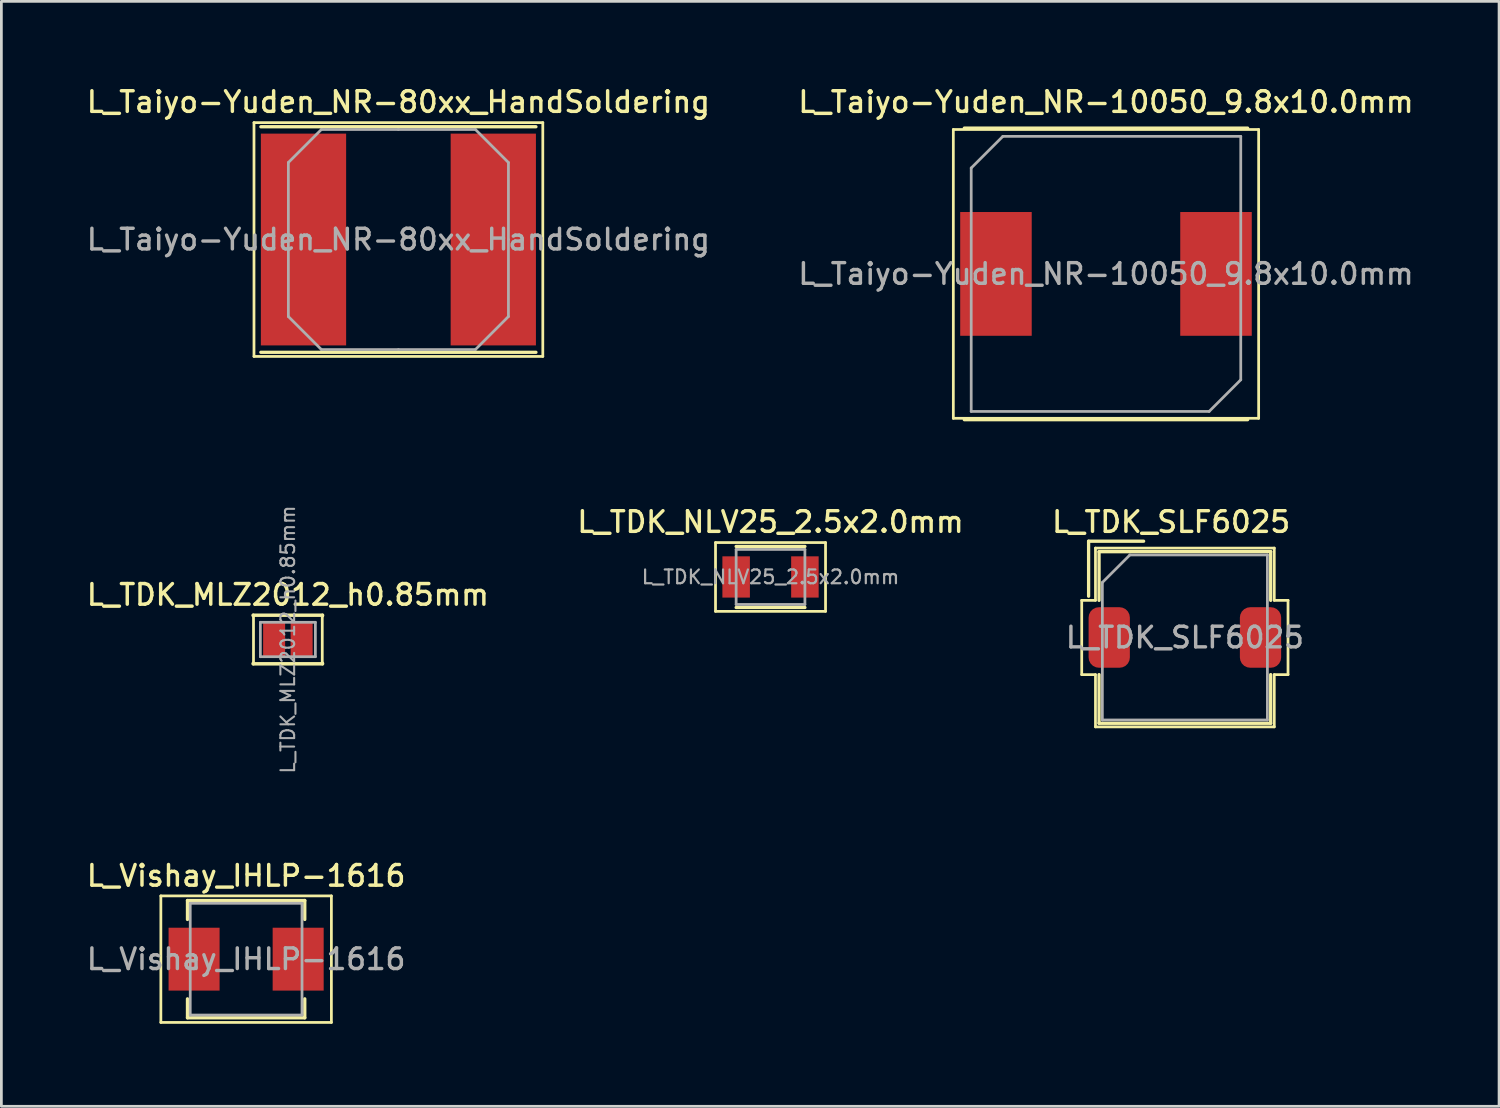
<source format=kicad_pcb>
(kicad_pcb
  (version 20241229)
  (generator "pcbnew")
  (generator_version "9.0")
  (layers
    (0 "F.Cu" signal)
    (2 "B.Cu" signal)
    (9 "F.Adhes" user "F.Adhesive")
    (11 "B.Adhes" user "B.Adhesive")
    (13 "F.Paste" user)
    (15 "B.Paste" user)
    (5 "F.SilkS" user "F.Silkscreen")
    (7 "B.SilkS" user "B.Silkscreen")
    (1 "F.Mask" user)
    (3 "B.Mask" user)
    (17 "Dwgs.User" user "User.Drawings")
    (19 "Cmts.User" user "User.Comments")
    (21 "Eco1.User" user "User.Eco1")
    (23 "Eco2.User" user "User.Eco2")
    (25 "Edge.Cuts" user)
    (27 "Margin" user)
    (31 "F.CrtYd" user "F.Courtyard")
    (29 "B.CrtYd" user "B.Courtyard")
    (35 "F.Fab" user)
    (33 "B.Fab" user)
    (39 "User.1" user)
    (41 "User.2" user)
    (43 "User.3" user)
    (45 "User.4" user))
  (footprint "L_Taiyo-Yuden_NR-10050_9.8x10.0mm"
    (layer "F.Cu")
    (at 37.159 6.908)
    (property "Reference" "L_Taiyo-Yuden_NR-10050_9.8x10.0mm" (at 0 -6.25 0) (layer "F.SilkS") (effects (font (size 0.75 0.75) (thickness 0.125))))
    (attr smd)
    (fp_line (start -5.55 -5.25) (end -5.55 5.25) (stroke (width 0.1) (type solid)) (layer "F.SilkS"))
    (fp_line (start -5.55 5.25) (end 5.55 5.25) (stroke (width 0.1) (type solid)) (layer "F.SilkS"))
    (fp_line (start -5.15 -5.3) (end 5.15 -5.3) (stroke (width 0.12) (type solid)) (layer "F.SilkS"))
    (fp_line (start -5.15 5.3) (end 5.15 5.3) (stroke (width 0.12) (type solid)) (layer "F.SilkS"))
    (fp_line (start 5.55 -5.25) (end -5.55 -5.25) (stroke (width 0.1) (type solid)) (layer "F.SilkS"))
    (fp_line (start 5.55 5.25) (end 5.55 -5.25) (stroke (width 0.1) (type solid)) (layer "F.SilkS"))
    (fp_line (start -4.9 -3.85) (end -4.9 5) (stroke (width 0.1) (type solid)) (layer "F.Fab"))
    (fp_line (start -4.9 -3.85) (end -3.75 -5) (stroke (width 0.1) (type solid)) (layer "F.Fab"))
    (fp_line (start -4.9 5) (end 3.75 5) (stroke (width 0.1) (type solid)) (layer "F.Fab"))
    (fp_line (start 3.75 5) (end 4.9 3.85) (stroke (width 0.1) (type solid)) (layer "F.Fab"))
    (fp_line (start 4.9 -5) (end -3.75 -5) (stroke (width 0.1) (type solid)) (layer "F.Fab"))
    (fp_line (start 4.9 3.85) (end 4.9 -5) (stroke (width 0.1) (type solid)) (layer "F.Fab"))
    (fp_text user "${REFERENCE}" (at 0 0 0) (layer "F.Fab") (effects (font (size 0.75 0.75) (thickness 0.125))))
    (pad "1" smd rect (at -4 0) (size 2.6 4.5) (layers "F.Cu" "F.Mask" "F.Paste"))
    (pad "2" smd rect (at 4 0) (size 2.6 4.5) (layers "F.Cu" "F.Mask" "F.Paste")))
  (footprint "L_Vishay_IHLP-1616"
    (layer "F.Cu")
    (at 5.898 31.821)
    (property "Reference" "L_Vishay_IHLP-1616" (at 0 -3.032 0) (layer "F.SilkS") (effects (font (size 0.75 0.75) (thickness 0.125))))
    (attr smd)
    (fp_line (start -3.1 -2.3) (end -3.1 2.3) (stroke (width 0.1) (type solid)) (layer "F.SilkS"))
    (fp_line (start -3.1 2.3) (end 3.1 2.3) (stroke (width 0.1) (type solid)) (layer "F.SilkS"))
    (fp_line (start -2.132 -2.132) (end 2.132 -2.132) (stroke (width 0.12) (type solid)) (layer "F.SilkS"))
    (fp_line (start -2.132 -1.443) (end -2.132 -2.132) (stroke (width 0.12) (type solid)) (layer "F.SilkS"))
    (fp_line (start -2.132 1.443) (end -2.132 2.132) (stroke (width 0.12) (type solid)) (layer "F.SilkS"))
    (fp_line (start -2.132 2.132) (end 2.132 2.132) (stroke (width 0.12) (type solid)) (layer "F.SilkS"))
    (fp_line (start 2.132 -2.132) (end 2.132 -1.443) (stroke (width 0.12) (type solid)) (layer "F.SilkS"))
    (fp_line (start 2.132 2.132) (end 2.132 1.443) (stroke (width 0.12) (type solid)) (layer "F.SilkS"))
    (fp_line (start 3.1 -2.3) (end -3.1 -2.3) (stroke (width 0.1) (type solid)) (layer "F.SilkS"))
    (fp_line (start 3.1 2.3) (end 3.1 -2.3) (stroke (width 0.1) (type solid)) (layer "F.SilkS"))
    (fp_line (start -2.032 -2.032) (end -2.032 2.032) (stroke (width 0.1) (type solid)) (layer "F.Fab"))
    (fp_line (start -2.032 2.032) (end 2.032 2.032) (stroke (width 0.1) (type solid)) (layer "F.Fab"))
    (fp_line (start 2.032 -2.032) (end -2.032 -2.032) (stroke (width 0.1) (type solid)) (layer "F.Fab"))
    (fp_line (start 2.032 2.032) (end 2.032 -2.032) (stroke (width 0.1) (type solid)) (layer "F.Fab"))
    (fp_text user "${REFERENCE}" (at 0 0 0) (layer "F.Fab") (effects (font (size 0.75 0.75) (thickness 0.125))))
    (pad "1" smd rect (at -1.892 0) (size 1.855 2.286) (layers "F.Cu" "F.Mask" "F.Paste"))
    (pad "2" smd rect (at 1.892 0) (size 1.855 2.286) (layers "F.Cu" "F.Mask" "F.Paste")))
  (footprint "L_TDK_SLF6025"
    (layer "F.Cu")
    (at 40.027 20.126)
    (property "Reference" "L_TDK_SLF6025" (at -0.5 -4.2 0) (layer "F.SilkS") (effects (font (size 0.75 0.75) (thickness 0.125))))
    (attr smd)
    (fp_line (start -3.75 -1.35) (end -3.75 1.35) (stroke (width 0.1) (type solid)) (layer "F.SilkS"))
    (fp_line (start -3.75 1.35) (end -3.25 1.35) (stroke (width 0.1) (type solid)) (layer "F.SilkS"))
    (fp_line (start -3.5 -3.5) (end -1.5 -3.5) (stroke (width 0.12) (type solid)) (layer "F.SilkS"))
    (fp_line (start -3.5 -1.5) (end -3.5 -3.5) (stroke (width 0.12) (type solid)) (layer "F.SilkS"))
    (fp_line (start -3.25 -3.25) (end -3.25 -1.35) (stroke (width 0.1) (type solid)) (layer "F.SilkS"))
    (fp_line (start -3.25 -3.25) (end 3.25 -3.25) (stroke (width 0.1) (type solid)) (layer "F.SilkS"))
    (fp_line (start -3.25 -1.35) (end -3.75 -1.35) (stroke (width 0.1) (type solid)) (layer "F.SilkS"))
    (fp_line (start -3.25 1.35) (end -3.25 3.25) (stroke (width 0.1) (type solid)) (layer "F.SilkS"))
    (fp_line (start -3.25 3.25) (end 3.25 3.25) (stroke (width 0.1) (type solid)) (layer "F.SilkS"))
    (fp_line (start -3.12 -3.12) (end -3.12 -1.35) (stroke (width 0.12) (type solid)) (layer "F.SilkS"))
    (fp_line (start -3.12 -3.12) (end 3.12 -3.12) (stroke (width 0.12) (type solid)) (layer "F.SilkS"))
    (fp_line (start -3.12 1.35) (end -3.12 3.12) (stroke (width 0.12) (type solid)) (layer "F.SilkS"))
    (fp_line (start -3.12 3.12) (end 3.12 3.12) (stroke (width 0.12) (type solid)) (layer "F.SilkS"))
    (fp_line (start 3.12 -3.12) (end 3.12 -1.35) (stroke (width 0.12) (type solid)) (layer "F.SilkS"))
    (fp_line (start 3.12 1.35) (end 3.12 3.12) (stroke (width 0.12) (type solid)) (layer "F.SilkS"))
    (fp_line (start 3.25 -3.25) (end 3.25 -1.35) (stroke (width 0.1) (type solid)) (layer "F.SilkS"))
    (fp_line (start 3.25 -1.35) (end 3.75 -1.35) (stroke (width 0.1) (type solid)) (layer "F.SilkS"))
    (fp_line (start 3.25 1.35) (end 3.25 3.25) (stroke (width 0.1) (type solid)) (layer "F.SilkS"))
    (fp_line (start 3.75 -1.35) (end 3.75 1.35) (stroke (width 0.1) (type solid)) (layer "F.SilkS"))
    (fp_line (start 3.75 1.35) (end 3.25 1.35) (stroke (width 0.1) (type solid)) (layer "F.SilkS"))
    (fp_line (start -3 -2) (end -2 -3) (stroke (width 0.1) (type solid)) (layer "F.Fab"))
    (fp_line (start -3 3) (end -3 -2) (stroke (width 0.1) (type solid)) (layer "F.Fab"))
    (fp_line (start -2 -3) (end 3 -3) (stroke (width 0.1) (type solid)) (layer "F.Fab"))
    (fp_line (start 3 -3) (end 3 3) (stroke (width 0.1) (type solid)) (layer "F.Fab"))
    (fp_line (start 3 3) (end -3 3) (stroke (width 0.1) (type solid)) (layer "F.Fab"))
    (fp_text user "${REFERENCE}" (at 0 0 0) (layer "F.Fab") (effects (font (size 0.75 0.75) (thickness 0.125))))
    (pad "1" smd roundrect (at -2.75 0) (size 1.5 2.2) (layers "F.Cu" "F.Mask" "F.Paste") (roundrect_rratio 0.25))
    (pad "2" smd roundrect (at 2.75 0) (size 1.5 2.2) (layers "F.Cu" "F.Mask" "F.Paste") (roundrect_rratio 0.25)))
  (footprint "L_TDK_NLV25_2.5x2.0mm"
    (layer "F.Cu")
    (at 24.963 17.926)
    (property "Reference" "L_TDK_NLV25_2.5x2.0mm" (at 0 -2 0) (layer "F.SilkS") (effects (font (size 0.75 0.75) (thickness 0.125))))
    (attr smd)
    (fp_line (start -2 -1.25) (end 2 -1.25) (stroke (width 0.1) (type solid)) (layer "F.SilkS"))
    (fp_line (start -2 1.25) (end -2 -1.25) (stroke (width 0.1) (type solid)) (layer "F.SilkS"))
    (fp_line (start -1.25 -1.11) (end 1.25 -1.11) (stroke (width 0.12) (type solid)) (layer "F.SilkS"))
    (fp_line (start 1.25 1.11) (end -1.25 1.11) (stroke (width 0.12) (type solid)) (layer "F.SilkS"))
    (fp_line (start 2 -1.25) (end 2 1.25) (stroke (width 0.1) (type solid)) (layer "F.SilkS"))
    (fp_line (start 2 1.25) (end -2 1.25) (stroke (width 0.1) (type solid)) (layer "F.SilkS"))
    (fp_line (start -1.25 -1) (end 1.25 -1) (stroke (width 0.1) (type solid)) (layer "F.Fab"))
    (fp_line (start -1.25 1) (end -1.25 -1) (stroke (width 0.1) (type solid)) (layer "F.Fab"))
    (fp_line (start 1.25 -1) (end 1.25 1) (stroke (width 0.1) (type solid)) (layer "F.Fab"))
    (fp_line (start 1.25 1) (end -1.25 1) (stroke (width 0.1) (type solid)) (layer "F.Fab"))
    (fp_text user "${REFERENCE}" (at 0 0 0) (layer "F.Fab") (effects (font (size 0.5 0.5) (thickness 0.08))))
    (pad "1" smd rect (at -1.25 0) (size 1 1.5) (layers "F.Cu" "F.Mask" "F.Paste"))
    (pad "2" smd rect (at 1.25 0) (size 1 1.5) (layers "F.Cu" "F.Mask" "F.Paste")))
  (footprint "L_TDK_MLZ2012_h0.85mm"
    (layer "F.Cu")
    (at 7.416 20.2)
    (property "Reference" "L_TDK_MLZ2012_h0.85mm" (at 0 -1.625 0) (layer "F.SilkS") (effects (font (size 0.75 0.75) (thickness 0.125))))
    (attr smd)
    (fp_line (start -1.26 -0.885) (end -1.26 -0.86) (stroke (width 0.12) (type solid)) (layer "F.SilkS"))
    (fp_line (start -1.26 -0.885) (end 1.26 -0.885) (stroke (width 0.12) (type solid)) (layer "F.SilkS"))
    (fp_line (start -1.26 0.885) (end -1.26 0.86) (stroke (width 0.12) (type solid)) (layer "F.SilkS"))
    (fp_line (start -1.26 0.885) (end 1.26 0.885) (stroke (width 0.12) (type solid)) (layer "F.SilkS"))
    (fp_line (start -1.25 -0.88) (end -1.25 0.88) (stroke (width 0.1) (type solid)) (layer "F.SilkS"))
    (fp_line (start -1.25 0.88) (end 1.25 0.88) (stroke (width 0.1) (type solid)) (layer "F.SilkS"))
    (fp_line (start 1.25 -0.88) (end -1.25 -0.88) (stroke (width 0.1) (type solid)) (layer "F.SilkS"))
    (fp_line (start 1.25 0.88) (end 1.25 -0.88) (stroke (width 0.1) (type solid)) (layer "F.SilkS"))
    (fp_line (start 1.26 -0.885) (end 1.26 -0.86) (stroke (width 0.12) (type solid)) (layer "F.SilkS"))
    (fp_line (start 1.26 0.885) (end 1.26 0.86) (stroke (width 0.12) (type solid)) (layer "F.SilkS"))
    (fp_line (start -1 -0.625) (end -1 0.625) (stroke (width 0.1) (type solid)) (layer "F.Fab"))
    (fp_line (start -1 0.625) (end 1 0.625) (stroke (width 0.1) (type solid)) (layer "F.Fab"))
    (fp_line (start 1 -0.625) (end -1 -0.625) (stroke (width 0.1) (type solid)) (layer "F.Fab"))
    (fp_line (start 1 0.625) (end 1 -0.625) (stroke (width 0.1) (type solid)) (layer "F.Fab"))
    (fp_text user "${REFERENCE}" (at 0 0 90) (layer "F.Fab") (effects (font (size 0.5 0.5) (thickness 0.075))))
    (pad "1" smd rect (at -0.5 0) (size 0.8 1.2) (layers "F.Cu" "F.Mask" "F.Paste"))
    (pad "2" smd rect (at 0.5 0) (size 0.8 1.2) (layers "F.Cu" "F.Mask" "F.Paste")))
  (footprint "L_Taiyo-Yuden_NR-80xx_HandSoldering"
    (layer "F.Cu")
    (at 11.434 5.658)
    (property "Reference" "L_Taiyo-Yuden_NR-80xx_HandSoldering" (at 0 -5 0) (layer "F.SilkS") (effects (font (size 0.75 0.75) (thickness 0.125))))
    (attr smd)
    (fp_line (start -5.25 -4.25) (end -5.25 4.25) (stroke (width 0.1) (type solid)) (layer "F.SilkS"))
    (fp_line (start -5.25 4.25) (end 5.25 4.25) (stroke (width 0.1) (type solid)) (layer "F.SilkS"))
    (fp_line (start -5 -4.1) (end 5 -4.1) (stroke (width 0.12) (type solid)) (layer "F.SilkS"))
    (fp_line (start -5 4.1) (end 5 4.1) (stroke (width 0.12) (type solid)) (layer "F.SilkS"))
    (fp_line (start 5.25 -4.25) (end -5.25 -4.25) (stroke (width 0.1) (type solid)) (layer "F.SilkS"))
    (fp_line (start 5.25 4.25) (end 5.25 -4.25) (stroke (width 0.1) (type solid)) (layer "F.SilkS"))
    (fp_line (start -4 -2.8) (end -2.8 -4) (stroke (width 0.1) (type solid)) (layer "F.Fab"))
    (fp_line (start -4 0) (end -4 -2.8) (stroke (width 0.1) (type solid)) (layer "F.Fab"))
    (fp_line (start -4 0) (end -4 2.8) (stroke (width 0.1) (type solid)) (layer "F.Fab"))
    (fp_line (start -4 2.8) (end -2.8 4) (stroke (width 0.1) (type solid)) (layer "F.Fab"))
    (fp_line (start -2.8 -4) (end 0 -4) (stroke (width 0.1) (type solid)) (layer "F.Fab"))
    (fp_line (start -2.8 4) (end 0 4) (stroke (width 0.1) (type solid)) (layer "F.Fab"))
    (fp_line (start 2.8 -4) (end 0 -4) (stroke (width 0.1) (type solid)) (layer "F.Fab"))
    (fp_line (start 2.8 4) (end 0 4) (stroke (width 0.1) (type solid)) (layer "F.Fab"))
    (fp_line (start 4 -2.8) (end 2.8 -4) (stroke (width 0.1) (type solid)) (layer "F.Fab"))
    (fp_line (start 4 0) (end 4 -2.8) (stroke (width 0.1) (type solid)) (layer "F.Fab"))
    (fp_line (start 4 0) (end 4 2.8) (stroke (width 0.1) (type solid)) (layer "F.Fab"))
    (fp_line (start 4 2.8) (end 2.8 4) (stroke (width 0.1) (type solid)) (layer "F.Fab"))
    (fp_text user "${REFERENCE}" (at 0 0 0) (layer "F.Fab") (effects (font (size 0.75 0.75) (thickness 0.125))))
    (pad "1" smd rect (at -3.45 0) (size 3.1 7.7) (layers "F.Cu" "F.Mask" "F.Paste"))
    (pad "2" smd rect (at 3.45 0) (size 3.1 7.7) (layers "F.Cu" "F.Mask" "F.Paste")))
  (gr_rect
    (start -3 -3)
    (end 51.45 37.171)
    (stroke (width 0.1) (type default))
    (fill no)
    (layer "Edge.Cuts")))
</source>
